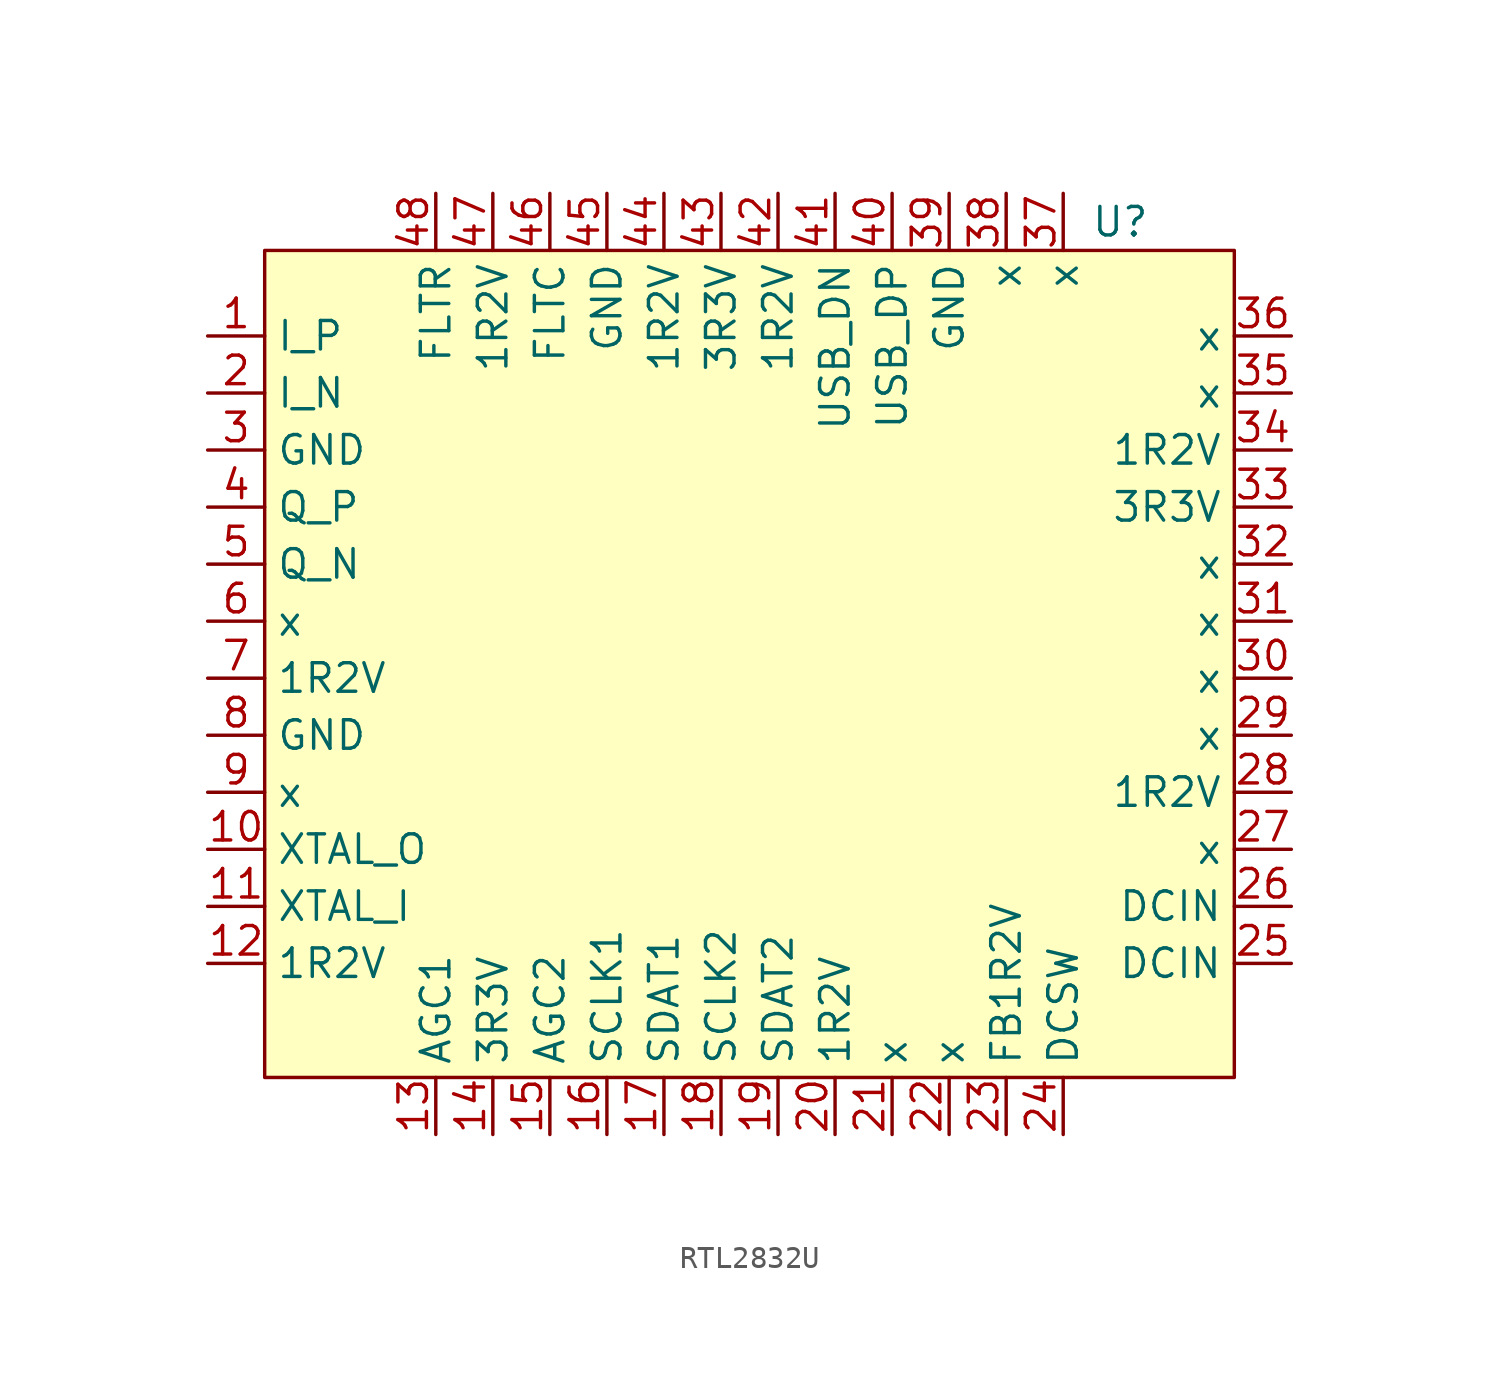
<source format=kicad_sym>
(kicad_symbol_lib
  (version 20220914)
  (generator kicad_symbol_editor)
  (symbol "RTL2832U"
    (property "Reference" "U"
      (at 16.51 19.05 0)
      (effects (font (size 1.27 1.27))))
    (property "Value" ""
      (at 0 0 0)
      (effects (font (size 1.27 1.27))))
    (symbol "RTL2832U_1_1"
      (rectangle (start -21.59 17.78) (end 21.59 -19.05) (stroke (width 0) (type default)) (fill (type background)))
      (pin input line (at -24.13 13.97 0) (length 2.54) (name "I_P" (effects (font (size 1.27 1.27)))) (number "1" (effects (font (size 1.27 1.27)))))
      (pin input line (at -24.13 -8.89 0) (length 2.54) (name "XTAL_O" (effects (font (size 1.27 1.27)))) (number "10" (effects (font (size 1.27 1.27)))))
      (pin input line (at -24.13 -11.43 0) (length 2.54) (name "XTAL_I" (effects (font (size 1.27 1.27)))) (number "11" (effects (font (size 1.27 1.27)))))
      (pin input line (at -24.13 -13.97 0) (length 2.54) (name "1R2V" (effects (font (size 1.27 1.27)))) (number "12" (effects (font (size 1.27 1.27)))))
      (pin input line (at -13.97 -21.59 90) (length 2.54) (name "AGC1" (effects (font (size 1.27 1.27)))) (number "13" (effects (font (size 1.27 1.27)))))
      (pin input line (at -11.43 -21.59 90) (length 2.54) (name "3R3V" (effects (font (size 1.27 1.27)))) (number "14" (effects (font (size 1.27 1.27)))))
      (pin input line (at -8.89 -21.59 90) (length 2.54) (name "AGC2" (effects (font (size 1.27 1.27)))) (number "15" (effects (font (size 1.27 1.27)))))
      (pin input line (at -6.35 -21.59 90) (length 2.54) (name "SCLK1" (effects (font (size 1.27 1.27)))) (number "16" (effects (font (size 1.27 1.27)))))
      (pin input line (at -3.81 -21.59 90) (length 2.54) (name "SDAT1" (effects (font (size 1.27 1.27)))) (number "17" (effects (font (size 1.27 1.27)))))
      (pin input line (at -1.27 -21.59 90) (length 2.54) (name "SCLK2" (effects (font (size 1.27 1.27)))) (number "18" (effects (font (size 1.27 1.27)))))
      (pin input line (at 1.27 -21.59 90) (length 2.54) (name "SDAT2" (effects (font (size 1.27 1.27)))) (number "19" (effects (font (size 1.27 1.27)))))
      (pin input line (at -24.13 11.43 0) (length 2.54) (name "I_N" (effects (font (size 1.27 1.27)))) (number "2" (effects (font (size 1.27 1.27)))))
      (pin input line (at 3.81 -21.59 90) (length 2.54) (name "1R2V" (effects (font (size 1.27 1.27)))) (number "20" (effects (font (size 1.27 1.27)))))
      (pin input line (at 6.35 -21.59 90) (length 2.54) (name "x" (effects (font (size 1.27 1.27)))) (number "21" (effects (font (size 1.27 1.27)))))
      (pin input line (at 8.89 -21.59 90) (length 2.54) (name "x" (effects (font (size 1.27 1.27)))) (number "22" (effects (font (size 1.27 1.27)))))
      (pin input line (at 11.43 -21.59 90) (length 2.54) (name "FB1R2V" (effects (font (size 1.27 1.27)))) (number "23" (effects (font (size 1.27 1.27)))))
      (pin input line (at 13.97 -21.59 90) (length 2.54) (name "DCSW" (effects (font (size 1.27 1.27)))) (number "24" (effects (font (size 1.27 1.27)))))
      (pin input line (at 24.13 -13.97 180) (length 2.54) (name "DCIN" (effects (font (size 1.27 1.27)))) (number "25" (effects (font (size 1.27 1.27)))))
      (pin input line (at 24.13 -11.43 180) (length 2.54) (name "DCIN" (effects (font (size 1.27 1.27)))) (number "26" (effects (font (size 1.27 1.27)))))
      (pin input line (at 24.13 -8.89 180) (length 2.54) (name "x" (effects (font (size 1.27 1.27)))) (number "27" (effects (font (size 1.27 1.27)))))
      (pin input line (at 24.13 -6.35 180) (length 2.54) (name "1R2V" (effects (font (size 1.27 1.27)))) (number "28" (effects (font (size 1.27 1.27)))))
      (pin input line (at 24.13 -3.81 180) (length 2.54) (name "x" (effects (font (size 1.27 1.27)))) (number "29" (effects (font (size 1.27 1.27)))))
      (pin input line (at -24.13 8.89 0) (length 2.54) (name "GND" (effects (font (size 1.27 1.27)))) (number "3" (effects (font (size 1.27 1.27)))))
      (pin input line (at 24.13 -1.27 180) (length 2.54) (name "x" (effects (font (size 1.27 1.27)))) (number "30" (effects (font (size 1.27 1.27)))))
      (pin input line (at 24.13 1.27 180) (length 2.54) (name "x" (effects (font (size 1.27 1.27)))) (number "31" (effects (font (size 1.27 1.27)))))
      (pin input line (at 24.13 3.81 180) (length 2.54) (name "x" (effects (font (size 1.27 1.27)))) (number "32" (effects (font (size 1.27 1.27)))))
      (pin input line (at 24.13 6.35 180) (length 2.54) (name "3R3V" (effects (font (size 1.27 1.27)))) (number "33" (effects (font (size 1.27 1.27)))))
      (pin input line (at 24.13 8.89 180) (length 2.54) (name "1R2V" (effects (font (size 1.27 1.27)))) (number "34" (effects (font (size 1.27 1.27)))))
      (pin input line (at 24.13 11.43 180) (length 2.54) (name "x" (effects (font (size 1.27 1.27)))) (number "35" (effects (font (size 1.27 1.27)))))
      (pin input line (at 24.13 13.97 180) (length 2.54) (name "x" (effects (font (size 1.27 1.27)))) (number "36" (effects (font (size 1.27 1.27)))))
      (pin input line (at 13.97 20.32 270) (length 2.54) (name "x" (effects (font (size 1.27 1.27)))) (number "37" (effects (font (size 1.27 1.27)))))
      (pin input line (at 11.43 20.32 270) (length 2.54) (name "x" (effects (font (size 1.27 1.27)))) (number "38" (effects (font (size 1.27 1.27)))))
      (pin input line (at 8.89 20.32 270) (length 2.54) (name "GND" (effects (font (size 1.27 1.27)))) (number "39" (effects (font (size 1.27 1.27)))))
      (pin input line (at -24.13 6.35 0) (length 2.54) (name "Q_P" (effects (font (size 1.27 1.27)))) (number "4" (effects (font (size 1.27 1.27)))))
      (pin input line (at 6.35 20.32 270) (length 2.54) (name "USB_DP" (effects (font (size 1.27 1.27)))) (number "40" (effects (font (size 1.27 1.27)))))
      (pin input line (at 3.81 20.32 270) (length 2.54) (name "USB_DN" (effects (font (size 1.27 1.27)))) (number "41" (effects (font (size 1.27 1.27)))))
      (pin input line (at 1.27 20.32 270) (length 2.54) (name "1R2V" (effects (font (size 1.27 1.27)))) (number "42" (effects (font (size 1.27 1.27)))))
      (pin input line (at -1.27 20.32 270) (length 2.54) (name "3R3V" (effects (font (size 1.27 1.27)))) (number "43" (effects (font (size 1.27 1.27)))))
      (pin input line (at -3.81 20.32 270) (length 2.54) (name "1R2V" (effects (font (size 1.27 1.27)))) (number "44" (effects (font (size 1.27 1.27)))))
      (pin input line (at -6.35 20.32 270) (length 2.54) (name "GND" (effects (font (size 1.27 1.27)))) (number "45" (effects (font (size 1.27 1.27)))))
      (pin input line (at -8.89 20.32 270) (length 2.54) (name "FLTC" (effects (font (size 1.27 1.27)))) (number "46" (effects (font (size 1.27 1.27)))))
      (pin input line (at -11.43 20.32 270) (length 2.54) (name "1R2V" (effects (font (size 1.27 1.27)))) (number "47" (effects (font (size 1.27 1.27)))))
      (pin input line (at -13.97 20.32 270) (length 2.54) (name "FLTR" (effects (font (size 1.27 1.27)))) (number "48" (effects (font (size 1.27 1.27)))))
      (pin input line (at -24.13 3.81 0) (length 2.54) (name "Q_N" (effects (font (size 1.27 1.27)))) (number "5" (effects (font (size 1.27 1.27)))))
      (pin input line (at -24.13 1.27 0) (length 2.54) (name "x" (effects (font (size 1.27 1.27)))) (number "6" (effects (font (size 1.27 1.27)))))
      (pin input line (at -24.13 -1.27 0) (length 2.54) (name "1R2V" (effects (font (size 1.27 1.27)))) (number "7" (effects (font (size 1.27 1.27)))))
      (pin input line (at -24.13 -3.81 0) (length 2.54) (name "GND" (effects (font (size 1.27 1.27)))) (number "8" (effects (font (size 1.27 1.27)))))
      (pin input line (at -24.13 -6.35 0) (length 2.54) (name "x" (effects (font (size 1.27 1.27)))) (number "9" (effects (font (size 1.27 1.27))))))))
</source>
